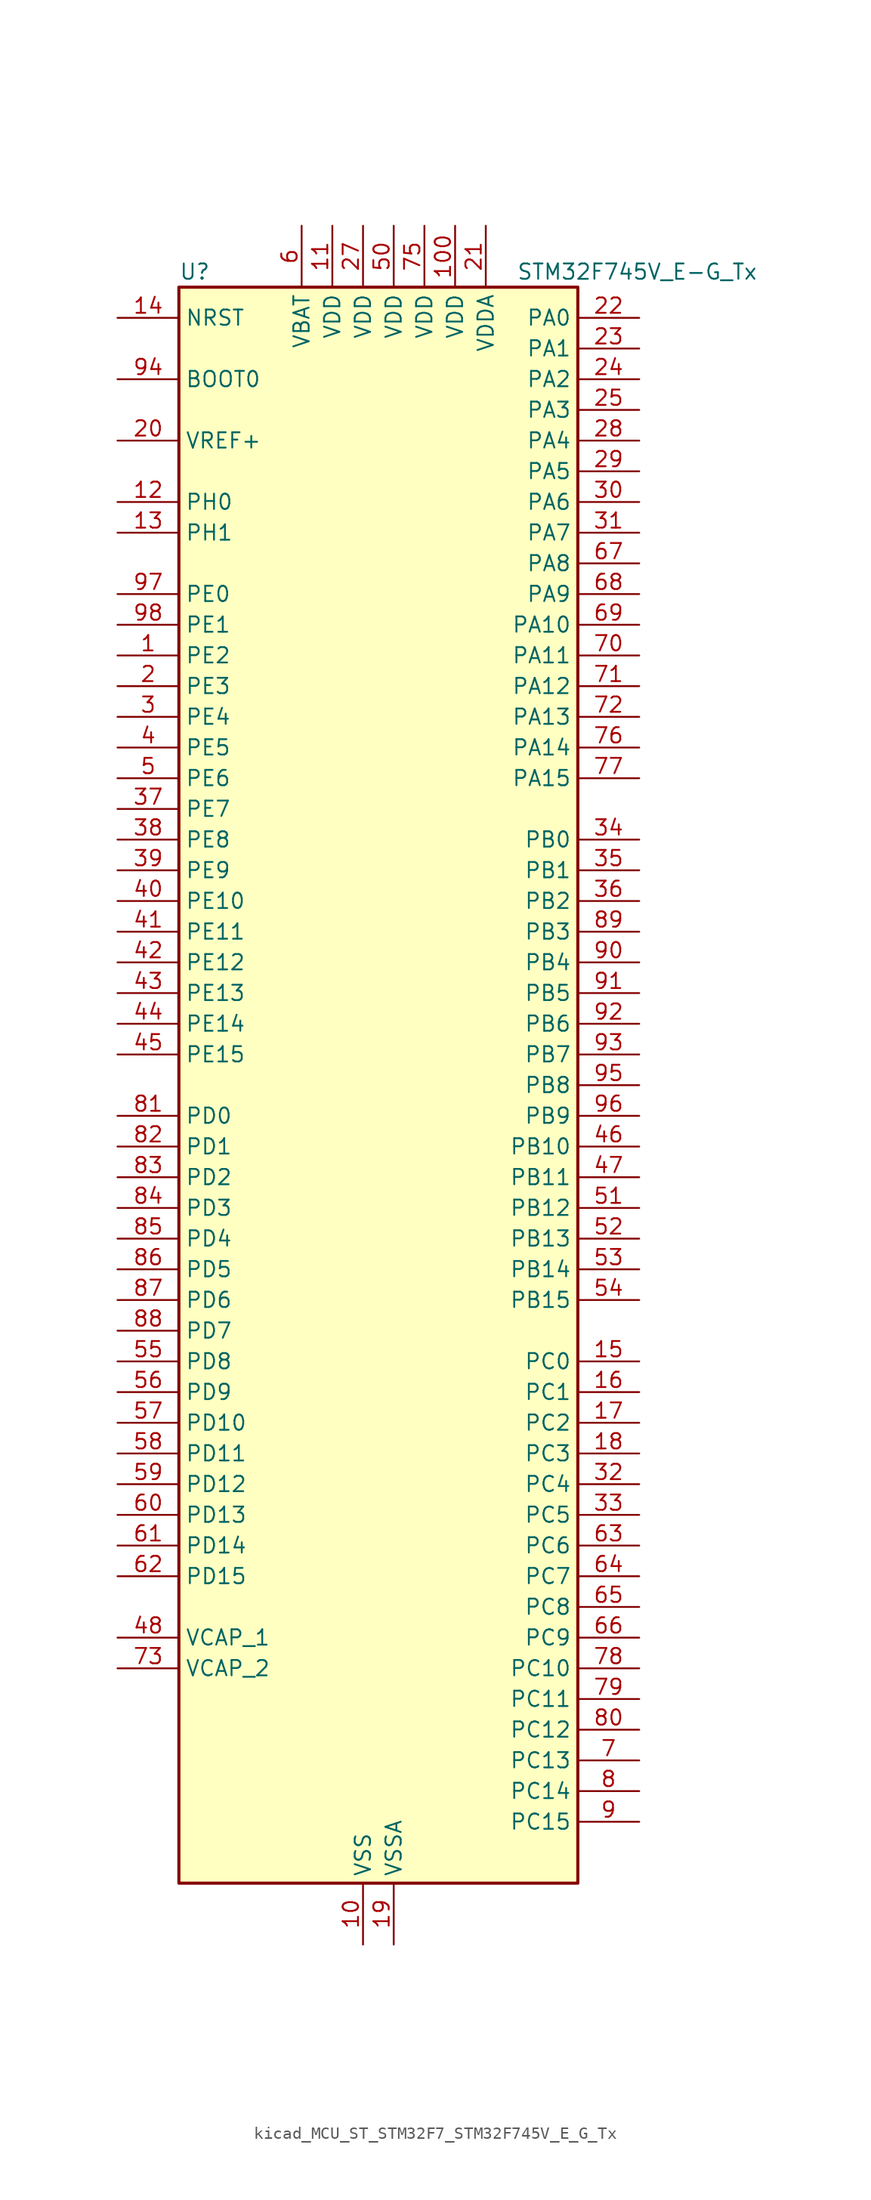
<source format=kicad_sym>
(kicad_symbol_lib
  (version 20220914)
  (generator kicad_symbol_editor)
  (symbol "kicad_MCU_ST_STM32F7_STM32F745V_E_G_Tx"
    (property "Reference" "U"
      (at -15.24 67.31 0)
      (effects (font (size 1.27 1.27)) (justify left)))
    (property "Value" "STM32F745V_E-G_Tx"
      (at 12.7 67.31 0)
      (effects (font (size 1.27 1.27)) (justify left)))
    (property "ki_locked" ""
      (at 0 0 0)
      (effects (font (size 1.27 1.27))))
    (symbol "kicad_MCU_ST_STM32F7_STM32F745V_E_G_Tx_0_1"
      (rectangle (start -15.24 -66.04) (end 17.78 66.04) (stroke (width 0.254) (type default)) (fill (type background))))
    (symbol "kicad_MCU_ST_STM32F7_STM32F745V_E_G_Tx_1_1"
      (pin bidirectional line (at -20.32 35.56 0) (length 5.08) (name "PE2" (effects (font (size 1.27 1.27)))) (number "1" (effects (font (size 1.27 1.27)))) (alternate "ETH_TXD3" bidirectional line) (alternate "FMC_A23" bidirectional line) (alternate "QUADSPI_BK1_IO2" bidirectional line) (alternate "SAI1_MCLK_A" bidirectional line) (alternate "SPI4_SCK" bidirectional line) (alternate "SYS_TRACECLK" bidirectional line))
      (pin power_in line (at 0 -71.12 90) (length 5.08) (name "VSS" (effects (font (size 1.27 1.27)))) (number "10" (effects (font (size 1.27 1.27)))))
      (pin power_in line (at 7.62 71.12 270) (length 5.08) (name "VDD" (effects (font (size 1.27 1.27)))) (number "100" (effects (font (size 1.27 1.27)))))
      (pin power_in line (at -2.54 71.12 270) (length 5.08) (name "VDD" (effects (font (size 1.27 1.27)))) (number "11" (effects (font (size 1.27 1.27)))))
      (pin bidirectional line (at -20.32 48.26 0) (length 5.08) (name "PH0" (effects (font (size 1.27 1.27)))) (number "12" (effects (font (size 1.27 1.27)))) (alternate "RCC_OSC_IN" bidirectional line))
      (pin bidirectional line (at -20.32 45.72 0) (length 5.08) (name "PH1" (effects (font (size 1.27 1.27)))) (number "13" (effects (font (size 1.27 1.27)))) (alternate "RCC_OSC_OUT" bidirectional line))
      (pin input line (at -20.32 63.5 0) (length 5.08) (name "NRST" (effects (font (size 1.27 1.27)))) (number "14" (effects (font (size 1.27 1.27)))))
      (pin bidirectional line (at 22.86 -22.86 180) (length 5.08) (name "PC0" (effects (font (size 1.27 1.27)))) (number "15" (effects (font (size 1.27 1.27)))) (alternate "ADC1_IN10" bidirectional line) (alternate "ADC2_IN10" bidirectional line) (alternate "ADC3_IN10" bidirectional line) (alternate "FMC_SDNWE" bidirectional line) (alternate "SAI2_FS_B" bidirectional line) (alternate "USB_OTG_HS_ULPI_STP" bidirectional line))
      (pin bidirectional line (at 22.86 -25.4 180) (length 5.08) (name "PC1" (effects (font (size 1.27 1.27)))) (number "16" (effects (font (size 1.27 1.27)))) (alternate "ADC1_IN11" bidirectional line) (alternate "ADC2_IN11" bidirectional line) (alternate "ADC3_IN11" bidirectional line) (alternate "ETH_MDC" bidirectional line) (alternate "I2S2_SD" bidirectional line) (alternate "RTC_TAMP3" bidirectional line) (alternate "RTC_TS" bidirectional line) (alternate "SAI1_SD_A" bidirectional line) (alternate "SPI2_MOSI" bidirectional line) (alternate "SYS_TRACED0" bidirectional line) (alternate "SYS_WKUP3" bidirectional line))
      (pin bidirectional line (at 22.86 -27.94 180) (length 5.08) (name "PC2" (effects (font (size 1.27 1.27)))) (number "17" (effects (font (size 1.27 1.27)))) (alternate "ADC1_IN12" bidirectional line) (alternate "ADC2_IN12" bidirectional line) (alternate "ADC3_IN12" bidirectional line) (alternate "ETH_TXD2" bidirectional line) (alternate "FMC_SDNE0" bidirectional line) (alternate "SPI2_MISO" bidirectional line) (alternate "USB_OTG_HS_ULPI_DIR" bidirectional line))
      (pin bidirectional line (at 22.86 -30.48 180) (length 5.08) (name "PC3" (effects (font (size 1.27 1.27)))) (number "18" (effects (font (size 1.27 1.27)))) (alternate "ADC1_IN13" bidirectional line) (alternate "ADC2_IN13" bidirectional line) (alternate "ADC3_IN13" bidirectional line) (alternate "ETH_TX_CLK" bidirectional line) (alternate "FMC_SDCKE0" bidirectional line) (alternate "I2S2_SD" bidirectional line) (alternate "SPI2_MOSI" bidirectional line) (alternate "USB_OTG_HS_ULPI_NXT" bidirectional line))
      (pin power_in line (at 2.54 -71.12 90) (length 5.08) (name "VSSA" (effects (font (size 1.27 1.27)))) (number "19" (effects (font (size 1.27 1.27)))))
      (pin bidirectional line (at -20.32 33.02 0) (length 5.08) (name "PE3" (effects (font (size 1.27 1.27)))) (number "2" (effects (font (size 1.27 1.27)))) (alternate "FMC_A19" bidirectional line) (alternate "SAI1_SD_B" bidirectional line) (alternate "SYS_TRACED0" bidirectional line))
      (pin input line (at -20.32 53.34 0) (length 5.08) (name "VREF+" (effects (font (size 1.27 1.27)))) (number "20" (effects (font (size 1.27 1.27)))))
      (pin power_in line (at 10.16 71.12 270) (length 5.08) (name "VDDA" (effects (font (size 1.27 1.27)))) (number "21" (effects (font (size 1.27 1.27)))))
      (pin bidirectional line (at 22.86 63.5 180) (length 5.08) (name "PA0" (effects (font (size 1.27 1.27)))) (number "22" (effects (font (size 1.27 1.27)))) (alternate "ADC1_IN0" bidirectional line) (alternate "ADC2_IN0" bidirectional line) (alternate "ADC3_IN0" bidirectional line) (alternate "ETH_CRS" bidirectional line) (alternate "SAI2_SD_B" bidirectional line) (alternate "SYS_WKUP1" bidirectional line) (alternate "TIM2_CH1" bidirectional line) (alternate "TIM2_ETR" bidirectional line) (alternate "TIM5_CH1" bidirectional line) (alternate "TIM8_ETR" bidirectional line) (alternate "UART4_TX" bidirectional line) (alternate "USART2_CTS" bidirectional line))
      (pin bidirectional line (at 22.86 60.96 180) (length 5.08) (name "PA1" (effects (font (size 1.27 1.27)))) (number "23" (effects (font (size 1.27 1.27)))) (alternate "ADC1_IN1" bidirectional line) (alternate "ADC2_IN1" bidirectional line) (alternate "ADC3_IN1" bidirectional line) (alternate "ETH_REF_CLK" bidirectional line) (alternate "ETH_RX_CLK" bidirectional line) (alternate "QUADSPI_BK1_IO3" bidirectional line) (alternate "SAI2_MCLK_B" bidirectional line) (alternate "TIM2_CH2" bidirectional line) (alternate "TIM5_CH2" bidirectional line) (alternate "UART4_RX" bidirectional line) (alternate "USART2_DE" bidirectional line) (alternate "USART2_RTS" bidirectional line))
      (pin bidirectional line (at 22.86 58.42 180) (length 5.08) (name "PA2" (effects (font (size 1.27 1.27)))) (number "24" (effects (font (size 1.27 1.27)))) (alternate "ADC1_IN2" bidirectional line) (alternate "ADC2_IN2" bidirectional line) (alternate "ADC3_IN2" bidirectional line) (alternate "ETH_MDIO" bidirectional line) (alternate "SAI2_SCK_B" bidirectional line) (alternate "SYS_WKUP2" bidirectional line) (alternate "TIM2_CH3" bidirectional line) (alternate "TIM5_CH3" bidirectional line) (alternate "TIM9_CH1" bidirectional line) (alternate "USART2_TX" bidirectional line))
      (pin bidirectional line (at 22.86 55.88 180) (length 5.08) (name "PA3" (effects (font (size 1.27 1.27)))) (number "25" (effects (font (size 1.27 1.27)))) (alternate "ADC1_IN3" bidirectional line) (alternate "ADC2_IN3" bidirectional line) (alternate "ADC3_IN3" bidirectional line) (alternate "ETH_COL" bidirectional line) (alternate "TIM2_CH4" bidirectional line) (alternate "TIM5_CH4" bidirectional line) (alternate "TIM9_CH2" bidirectional line) (alternate "USART2_RX" bidirectional line) (alternate "USB_OTG_HS_ULPI_D0" bidirectional line))
      (pin passive line (at 0 -71.12 90) (length 5.08) hide (name "VSS" (effects (font (size 1.27 1.27)))) (number "26" (effects (font (size 1.27 1.27)))))
      (pin power_in line (at 0 71.12 270) (length 5.08) (name "VDD" (effects (font (size 1.27 1.27)))) (number "27" (effects (font (size 1.27 1.27)))))
      (pin bidirectional line (at 22.86 53.34 180) (length 5.08) (name "PA4" (effects (font (size 1.27 1.27)))) (number "28" (effects (font (size 1.27 1.27)))) (alternate "ADC1_IN4" bidirectional line) (alternate "ADC2_IN4" bidirectional line) (alternate "DAC_OUT1" bidirectional line) (alternate "DCMI_HSYNC" bidirectional line) (alternate "I2S1_WS" bidirectional line) (alternate "I2S3_WS" bidirectional line) (alternate "SPI1_NSS" bidirectional line) (alternate "SPI3_NSS" bidirectional line) (alternate "USART2_CK" bidirectional line) (alternate "USB_OTG_HS_SOF" bidirectional line))
      (pin bidirectional line (at 22.86 50.8 180) (length 5.08) (name "PA5" (effects (font (size 1.27 1.27)))) (number "29" (effects (font (size 1.27 1.27)))) (alternate "ADC1_IN5" bidirectional line) (alternate "ADC2_IN5" bidirectional line) (alternate "DAC_OUT2" bidirectional line) (alternate "I2S1_CK" bidirectional line) (alternate "SPI1_SCK" bidirectional line) (alternate "TIM2_CH1" bidirectional line) (alternate "TIM2_ETR" bidirectional line) (alternate "TIM8_CH1N" bidirectional line) (alternate "USB_OTG_HS_ULPI_CK" bidirectional line))
      (pin bidirectional line (at -20.32 30.48 0) (length 5.08) (name "PE4" (effects (font (size 1.27 1.27)))) (number "3" (effects (font (size 1.27 1.27)))) (alternate "DCMI_D4" bidirectional line) (alternate "FMC_A20" bidirectional line) (alternate "SAI1_FS_A" bidirectional line) (alternate "SPI4_NSS" bidirectional line) (alternate "SYS_TRACED1" bidirectional line))
      (pin bidirectional line (at 22.86 48.26 180) (length 5.08) (name "PA6" (effects (font (size 1.27 1.27)))) (number "30" (effects (font (size 1.27 1.27)))) (alternate "ADC1_IN6" bidirectional line) (alternate "ADC2_IN6" bidirectional line) (alternate "DCMI_PIXCLK" bidirectional line) (alternate "SPI1_MISO" bidirectional line) (alternate "TIM13_CH1" bidirectional line) (alternate "TIM1_BKIN" bidirectional line) (alternate "TIM3_CH1" bidirectional line) (alternate "TIM8_BKIN" bidirectional line))
      (pin bidirectional line (at 22.86 45.72 180) (length 5.08) (name "PA7" (effects (font (size 1.27 1.27)))) (number "31" (effects (font (size 1.27 1.27)))) (alternate "ADC1_IN7" bidirectional line) (alternate "ADC2_IN7" bidirectional line) (alternate "ETH_CRS_DV" bidirectional line) (alternate "ETH_RX_DV" bidirectional line) (alternate "FMC_SDNWE" bidirectional line) (alternate "I2S1_SD" bidirectional line) (alternate "SPI1_MOSI" bidirectional line) (alternate "TIM14_CH1" bidirectional line) (alternate "TIM1_CH1N" bidirectional line) (alternate "TIM3_CH2" bidirectional line) (alternate "TIM8_CH1N" bidirectional line))
      (pin bidirectional line (at 22.86 -33.02 180) (length 5.08) (name "PC4" (effects (font (size 1.27 1.27)))) (number "32" (effects (font (size 1.27 1.27)))) (alternate "ADC1_IN14" bidirectional line) (alternate "ADC2_IN14" bidirectional line) (alternate "ETH_RXD0" bidirectional line) (alternate "FMC_SDNE0" bidirectional line) (alternate "I2S1_MCK" bidirectional line) (alternate "SPDIFRX_IN2" bidirectional line))
      (pin bidirectional line (at 22.86 -35.56 180) (length 5.08) (name "PC5" (effects (font (size 1.27 1.27)))) (number "33" (effects (font (size 1.27 1.27)))) (alternate "ADC1_IN15" bidirectional line) (alternate "ADC2_IN15" bidirectional line) (alternate "ETH_RXD1" bidirectional line) (alternate "FMC_SDCKE0" bidirectional line) (alternate "SPDIFRX_IN3" bidirectional line))
      (pin bidirectional line (at 22.86 20.32 180) (length 5.08) (name "PB0" (effects (font (size 1.27 1.27)))) (number "34" (effects (font (size 1.27 1.27)))) (alternate "ADC1_IN8" bidirectional line) (alternate "ADC2_IN8" bidirectional line) (alternate "ETH_RXD2" bidirectional line) (alternate "TIM1_CH2N" bidirectional line) (alternate "TIM3_CH3" bidirectional line) (alternate "TIM8_CH2N" bidirectional line) (alternate "UART4_CTS" bidirectional line) (alternate "USB_OTG_HS_ULPI_D1" bidirectional line))
      (pin bidirectional line (at 22.86 17.78 180) (length 5.08) (name "PB1" (effects (font (size 1.27 1.27)))) (number "35" (effects (font (size 1.27 1.27)))) (alternate "ADC1_IN9" bidirectional line) (alternate "ADC2_IN9" bidirectional line) (alternate "ETH_RXD3" bidirectional line) (alternate "TIM1_CH3N" bidirectional line) (alternate "TIM3_CH4" bidirectional line) (alternate "TIM8_CH3N" bidirectional line) (alternate "USB_OTG_HS_ULPI_D2" bidirectional line))
      (pin bidirectional line (at 22.86 15.24 180) (length 5.08) (name "PB2" (effects (font (size 1.27 1.27)))) (number "36" (effects (font (size 1.27 1.27)))) (alternate "I2S3_SD" bidirectional line) (alternate "QUADSPI_CLK" bidirectional line) (alternate "SAI1_SD_A" bidirectional line) (alternate "SPI3_MOSI" bidirectional line))
      (pin bidirectional line (at -20.32 22.86 0) (length 5.08) (name "PE7" (effects (font (size 1.27 1.27)))) (number "37" (effects (font (size 1.27 1.27)))) (alternate "FMC_D4" bidirectional line) (alternate "FMC_DA4" bidirectional line) (alternate "QUADSPI_BK2_IO0" bidirectional line) (alternate "TIM1_ETR" bidirectional line) (alternate "UART7_RX" bidirectional line))
      (pin bidirectional line (at -20.32 20.32 0) (length 5.08) (name "PE8" (effects (font (size 1.27 1.27)))) (number "38" (effects (font (size 1.27 1.27)))) (alternate "FMC_D5" bidirectional line) (alternate "FMC_DA5" bidirectional line) (alternate "QUADSPI_BK2_IO1" bidirectional line) (alternate "TIM1_CH1N" bidirectional line) (alternate "UART7_TX" bidirectional line))
      (pin bidirectional line (at -20.32 17.78 0) (length 5.08) (name "PE9" (effects (font (size 1.27 1.27)))) (number "39" (effects (font (size 1.27 1.27)))) (alternate "DAC_EXTI9" bidirectional line) (alternate "FMC_D6" bidirectional line) (alternate "FMC_DA6" bidirectional line) (alternate "QUADSPI_BK2_IO2" bidirectional line) (alternate "TIM1_CH1" bidirectional line) (alternate "UART7_DE" bidirectional line) (alternate "UART7_RTS" bidirectional line))
      (pin bidirectional line (at -20.32 27.94 0) (length 5.08) (name "PE5" (effects (font (size 1.27 1.27)))) (number "4" (effects (font (size 1.27 1.27)))) (alternate "DCMI_D6" bidirectional line) (alternate "FMC_A21" bidirectional line) (alternate "SAI1_SCK_A" bidirectional line) (alternate "SPI4_MISO" bidirectional line) (alternate "SYS_TRACED2" bidirectional line) (alternate "TIM9_CH1" bidirectional line))
      (pin bidirectional line (at -20.32 15.24 0) (length 5.08) (name "PE10" (effects (font (size 1.27 1.27)))) (number "40" (effects (font (size 1.27 1.27)))) (alternate "FMC_D7" bidirectional line) (alternate "FMC_DA7" bidirectional line) (alternate "QUADSPI_BK2_IO3" bidirectional line) (alternate "TIM1_CH2N" bidirectional line) (alternate "UART7_CTS" bidirectional line))
      (pin bidirectional line (at -20.32 12.7 0) (length 5.08) (name "PE11" (effects (font (size 1.27 1.27)))) (number "41" (effects (font (size 1.27 1.27)))) (alternate "ADC1_EXTI11" bidirectional line) (alternate "ADC2_EXTI11" bidirectional line) (alternate "ADC3_EXTI11" bidirectional line) (alternate "FMC_D8" bidirectional line) (alternate "FMC_DA8" bidirectional line) (alternate "SAI2_SD_B" bidirectional line) (alternate "SPI4_NSS" bidirectional line) (alternate "TIM1_CH2" bidirectional line))
      (pin bidirectional line (at -20.32 10.16 0) (length 5.08) (name "PE12" (effects (font (size 1.27 1.27)))) (number "42" (effects (font (size 1.27 1.27)))) (alternate "FMC_D9" bidirectional line) (alternate "FMC_DA9" bidirectional line) (alternate "SAI2_SCK_B" bidirectional line) (alternate "SPI4_SCK" bidirectional line) (alternate "TIM1_CH3N" bidirectional line))
      (pin bidirectional line (at -20.32 7.62 0) (length 5.08) (name "PE13" (effects (font (size 1.27 1.27)))) (number "43" (effects (font (size 1.27 1.27)))) (alternate "FMC_D10" bidirectional line) (alternate "FMC_DA10" bidirectional line) (alternate "SAI2_FS_B" bidirectional line) (alternate "SPI4_MISO" bidirectional line) (alternate "TIM1_CH3" bidirectional line))
      (pin bidirectional line (at -20.32 5.08 0) (length 5.08) (name "PE14" (effects (font (size 1.27 1.27)))) (number "44" (effects (font (size 1.27 1.27)))) (alternate "FMC_D11" bidirectional line) (alternate "FMC_DA11" bidirectional line) (alternate "SAI2_MCLK_B" bidirectional line) (alternate "SPI4_MOSI" bidirectional line) (alternate "TIM1_CH4" bidirectional line))
      (pin bidirectional line (at -20.32 2.54 0) (length 5.08) (name "PE15" (effects (font (size 1.27 1.27)))) (number "45" (effects (font (size 1.27 1.27)))) (alternate "FMC_D12" bidirectional line) (alternate "FMC_DA12" bidirectional line) (alternate "TIM1_BKIN" bidirectional line))
      (pin bidirectional line (at 22.86 -5.08 180) (length 5.08) (name "PB10" (effects (font (size 1.27 1.27)))) (number "46" (effects (font (size 1.27 1.27)))) (alternate "ETH_RX_ER" bidirectional line) (alternate "I2C2_SCL" bidirectional line) (alternate "I2S2_CK" bidirectional line) (alternate "SPI2_SCK" bidirectional line) (alternate "TIM2_CH3" bidirectional line) (alternate "USART3_TX" bidirectional line) (alternate "USB_OTG_HS_ULPI_D3" bidirectional line))
      (pin bidirectional line (at 22.86 -7.62 180) (length 5.08) (name "PB11" (effects (font (size 1.27 1.27)))) (number "47" (effects (font (size 1.27 1.27)))) (alternate "ADC1_EXTI11" bidirectional line) (alternate "ADC2_EXTI11" bidirectional line) (alternate "ADC3_EXTI11" bidirectional line) (alternate "ETH_TX_EN" bidirectional line) (alternate "I2C2_SDA" bidirectional line) (alternate "TIM2_CH4" bidirectional line) (alternate "USART3_RX" bidirectional line) (alternate "USB_OTG_HS_ULPI_D4" bidirectional line))
      (pin power_out line (at -20.32 -45.72 0) (length 5.08) (name "VCAP_1" (effects (font (size 1.27 1.27)))) (number "48" (effects (font (size 1.27 1.27)))))
      (pin passive line (at 0 -71.12 90) (length 5.08) hide (name "VSS" (effects (font (size 1.27 1.27)))) (number "49" (effects (font (size 1.27 1.27)))))
      (pin bidirectional line (at -20.32 25.4 0) (length 5.08) (name "PE6" (effects (font (size 1.27 1.27)))) (number "5" (effects (font (size 1.27 1.27)))) (alternate "DCMI_D7" bidirectional line) (alternate "FMC_A22" bidirectional line) (alternate "SAI1_SD_A" bidirectional line) (alternate "SAI2_MCLK_B" bidirectional line) (alternate "SPI4_MOSI" bidirectional line) (alternate "SYS_TRACED3" bidirectional line) (alternate "TIM1_BKIN2" bidirectional line) (alternate "TIM9_CH2" bidirectional line))
      (pin power_in line (at 2.54 71.12 270) (length 5.08) (name "VDD" (effects (font (size 1.27 1.27)))) (number "50" (effects (font (size 1.27 1.27)))))
      (pin bidirectional line (at 22.86 -10.16 180) (length 5.08) (name "PB12" (effects (font (size 1.27 1.27)))) (number "51" (effects (font (size 1.27 1.27)))) (alternate "CAN2_RX" bidirectional line) (alternate "ETH_TXD0" bidirectional line) (alternate "I2C2_SMBA" bidirectional line) (alternate "I2S2_WS" bidirectional line) (alternate "SPI2_NSS" bidirectional line) (alternate "TIM1_BKIN" bidirectional line) (alternate "USART3_CK" bidirectional line) (alternate "USB_OTG_HS_ID" bidirectional line) (alternate "USB_OTG_HS_ULPI_D5" bidirectional line))
      (pin bidirectional line (at 22.86 -12.7 180) (length 5.08) (name "PB13" (effects (font (size 1.27 1.27)))) (number "52" (effects (font (size 1.27 1.27)))) (alternate "CAN2_TX" bidirectional line) (alternate "ETH_TXD1" bidirectional line) (alternate "I2S2_CK" bidirectional line) (alternate "SPI2_SCK" bidirectional line) (alternate "TIM1_CH1N" bidirectional line) (alternate "USART3_CTS" bidirectional line) (alternate "USB_OTG_HS_ULPI_D6" bidirectional line) (alternate "USB_OTG_HS_VBUS" bidirectional line))
      (pin bidirectional line (at 22.86 -15.24 180) (length 5.08) (name "PB14" (effects (font (size 1.27 1.27)))) (number "53" (effects (font (size 1.27 1.27)))) (alternate "SPI2_MISO" bidirectional line) (alternate "TIM12_CH1" bidirectional line) (alternate "TIM1_CH2N" bidirectional line) (alternate "TIM8_CH2N" bidirectional line) (alternate "USART3_DE" bidirectional line) (alternate "USART3_RTS" bidirectional line) (alternate "USB_OTG_HS_DM" bidirectional line))
      (pin bidirectional line (at 22.86 -17.78 180) (length 5.08) (name "PB15" (effects (font (size 1.27 1.27)))) (number "54" (effects (font (size 1.27 1.27)))) (alternate "I2S2_SD" bidirectional line) (alternate "RTC_REFIN" bidirectional line) (alternate "SPI2_MOSI" bidirectional line) (alternate "TIM12_CH2" bidirectional line) (alternate "TIM1_CH3N" bidirectional line) (alternate "TIM8_CH3N" bidirectional line) (alternate "USB_OTG_HS_DP" bidirectional line))
      (pin bidirectional line (at -20.32 -22.86 0) (length 5.08) (name "PD8" (effects (font (size 1.27 1.27)))) (number "55" (effects (font (size 1.27 1.27)))) (alternate "FMC_D13" bidirectional line) (alternate "FMC_DA13" bidirectional line) (alternate "SPDIFRX_IN1" bidirectional line) (alternate "USART3_TX" bidirectional line))
      (pin bidirectional line (at -20.32 -25.4 0) (length 5.08) (name "PD9" (effects (font (size 1.27 1.27)))) (number "56" (effects (font (size 1.27 1.27)))) (alternate "DAC_EXTI9" bidirectional line) (alternate "FMC_D14" bidirectional line) (alternate "FMC_DA14" bidirectional line) (alternate "USART3_RX" bidirectional line))
      (pin bidirectional line (at -20.32 -27.94 0) (length 5.08) (name "PD10" (effects (font (size 1.27 1.27)))) (number "57" (effects (font (size 1.27 1.27)))) (alternate "FMC_D15" bidirectional line) (alternate "FMC_DA15" bidirectional line) (alternate "USART3_CK" bidirectional line))
      (pin bidirectional line (at -20.32 -30.48 0) (length 5.08) (name "PD11" (effects (font (size 1.27 1.27)))) (number "58" (effects (font (size 1.27 1.27)))) (alternate "ADC1_EXTI11" bidirectional line) (alternate "ADC2_EXTI11" bidirectional line) (alternate "ADC3_EXTI11" bidirectional line) (alternate "FMC_A16" bidirectional line) (alternate "FMC_CLE" bidirectional line) (alternate "I2C4_SMBA" bidirectional line) (alternate "QUADSPI_BK1_IO0" bidirectional line) (alternate "SAI2_SD_A" bidirectional line) (alternate "USART3_CTS" bidirectional line))
      (pin bidirectional line (at -20.32 -33.02 0) (length 5.08) (name "PD12" (effects (font (size 1.27 1.27)))) (number "59" (effects (font (size 1.27 1.27)))) (alternate "FMC_A17" bidirectional line) (alternate "FMC_ALE" bidirectional line) (alternate "I2C4_SCL" bidirectional line) (alternate "LPTIM1_IN1" bidirectional line) (alternate "QUADSPI_BK1_IO1" bidirectional line) (alternate "SAI2_FS_A" bidirectional line) (alternate "TIM4_CH1" bidirectional line) (alternate "USART3_DE" bidirectional line) (alternate "USART3_RTS" bidirectional line))
      (pin power_in line (at -5.08 71.12 270) (length 5.08) (name "VBAT" (effects (font (size 1.27 1.27)))) (number "6" (effects (font (size 1.27 1.27)))))
      (pin bidirectional line (at -20.32 -35.56 0) (length 5.08) (name "PD13" (effects (font (size 1.27 1.27)))) (number "60" (effects (font (size 1.27 1.27)))) (alternate "FMC_A18" bidirectional line) (alternate "I2C4_SDA" bidirectional line) (alternate "LPTIM1_OUT" bidirectional line) (alternate "QUADSPI_BK1_IO3" bidirectional line) (alternate "SAI2_SCK_A" bidirectional line) (alternate "TIM4_CH2" bidirectional line))
      (pin bidirectional line (at -20.32 -38.1 0) (length 5.08) (name "PD14" (effects (font (size 1.27 1.27)))) (number "61" (effects (font (size 1.27 1.27)))) (alternate "FMC_D0" bidirectional line) (alternate "FMC_DA0" bidirectional line) (alternate "TIM4_CH3" bidirectional line) (alternate "UART8_CTS" bidirectional line))
      (pin bidirectional line (at -20.32 -40.64 0) (length 5.08) (name "PD15" (effects (font (size 1.27 1.27)))) (number "62" (effects (font (size 1.27 1.27)))) (alternate "FMC_D1" bidirectional line) (alternate "FMC_DA1" bidirectional line) (alternate "TIM4_CH4" bidirectional line) (alternate "UART8_DE" bidirectional line) (alternate "UART8_RTS" bidirectional line))
      (pin bidirectional line (at 22.86 -38.1 180) (length 5.08) (name "PC6" (effects (font (size 1.27 1.27)))) (number "63" (effects (font (size 1.27 1.27)))) (alternate "DCMI_D0" bidirectional line) (alternate "I2S2_MCK" bidirectional line) (alternate "SDMMC1_D6" bidirectional line) (alternate "TIM3_CH1" bidirectional line) (alternate "TIM8_CH1" bidirectional line) (alternate "USART6_TX" bidirectional line))
      (pin bidirectional line (at 22.86 -40.64 180) (length 5.08) (name "PC7" (effects (font (size 1.27 1.27)))) (number "64" (effects (font (size 1.27 1.27)))) (alternate "DCMI_D1" bidirectional line) (alternate "I2S3_MCK" bidirectional line) (alternate "SDMMC1_D7" bidirectional line) (alternate "TIM3_CH2" bidirectional line) (alternate "TIM8_CH2" bidirectional line) (alternate "USART6_RX" bidirectional line))
      (pin bidirectional line (at 22.86 -43.18 180) (length 5.08) (name "PC8" (effects (font (size 1.27 1.27)))) (number "65" (effects (font (size 1.27 1.27)))) (alternate "DCMI_D2" bidirectional line) (alternate "SDMMC1_D0" bidirectional line) (alternate "SYS_TRACED1" bidirectional line) (alternate "TIM3_CH3" bidirectional line) (alternate "TIM8_CH3" bidirectional line) (alternate "UART5_DE" bidirectional line) (alternate "UART5_RTS" bidirectional line) (alternate "USART6_CK" bidirectional line))
      (pin bidirectional line (at 22.86 -45.72 180) (length 5.08) (name "PC9" (effects (font (size 1.27 1.27)))) (number "66" (effects (font (size 1.27 1.27)))) (alternate "DAC_EXTI9" bidirectional line) (alternate "DCMI_D3" bidirectional line) (alternate "I2C3_SDA" bidirectional line) (alternate "I2S_CKIN" bidirectional line) (alternate "QUADSPI_BK1_IO0" bidirectional line) (alternate "RCC_MCO_2" bidirectional line) (alternate "SDMMC1_D1" bidirectional line) (alternate "TIM3_CH4" bidirectional line) (alternate "TIM8_CH4" bidirectional line) (alternate "UART5_CTS" bidirectional line))
      (pin bidirectional line (at 22.86 43.18 180) (length 5.08) (name "PA8" (effects (font (size 1.27 1.27)))) (number "67" (effects (font (size 1.27 1.27)))) (alternate "I2C3_SCL" bidirectional line) (alternate "RCC_MCO_1" bidirectional line) (alternate "TIM1_CH1" bidirectional line) (alternate "TIM8_BKIN2" bidirectional line) (alternate "USART1_CK" bidirectional line) (alternate "USB_OTG_FS_SOF" bidirectional line))
      (pin bidirectional line (at 22.86 40.64 180) (length 5.08) (name "PA9" (effects (font (size 1.27 1.27)))) (number "68" (effects (font (size 1.27 1.27)))) (alternate "DAC_EXTI9" bidirectional line) (alternate "DCMI_D0" bidirectional line) (alternate "I2C3_SMBA" bidirectional line) (alternate "I2S2_CK" bidirectional line) (alternate "SPI2_SCK" bidirectional line) (alternate "TIM1_CH2" bidirectional line) (alternate "USART1_TX" bidirectional line) (alternate "USB_OTG_FS_VBUS" bidirectional line))
      (pin bidirectional line (at 22.86 38.1 180) (length 5.08) (name "PA10" (effects (font (size 1.27 1.27)))) (number "69" (effects (font (size 1.27 1.27)))) (alternate "DCMI_D1" bidirectional line) (alternate "TIM1_CH3" bidirectional line) (alternate "USART1_RX" bidirectional line) (alternate "USB_OTG_FS_ID" bidirectional line))
      (pin bidirectional line (at 22.86 -55.88 180) (length 5.08) (name "PC13" (effects (font (size 1.27 1.27)))) (number "7" (effects (font (size 1.27 1.27)))) (alternate "RTC_OUT" bidirectional line) (alternate "RTC_TAMP1" bidirectional line) (alternate "RTC_TS" bidirectional line) (alternate "SYS_WKUP4" bidirectional line))
      (pin bidirectional line (at 22.86 35.56 180) (length 5.08) (name "PA11" (effects (font (size 1.27 1.27)))) (number "70" (effects (font (size 1.27 1.27)))) (alternate "ADC1_EXTI11" bidirectional line) (alternate "ADC2_EXTI11" bidirectional line) (alternate "ADC3_EXTI11" bidirectional line) (alternate "CAN1_RX" bidirectional line) (alternate "TIM1_CH4" bidirectional line) (alternate "USART1_CTS" bidirectional line) (alternate "USB_OTG_FS_DM" bidirectional line))
      (pin bidirectional line (at 22.86 33.02 180) (length 5.08) (name "PA12" (effects (font (size 1.27 1.27)))) (number "71" (effects (font (size 1.27 1.27)))) (alternate "CAN1_TX" bidirectional line) (alternate "SAI2_FS_B" bidirectional line) (alternate "TIM1_ETR" bidirectional line) (alternate "USART1_DE" bidirectional line) (alternate "USART1_RTS" bidirectional line) (alternate "USB_OTG_FS_DP" bidirectional line))
      (pin bidirectional line (at 22.86 30.48 180) (length 5.08) (name "PA13" (effects (font (size 1.27 1.27)))) (number "72" (effects (font (size 1.27 1.27)))) (alternate "SYS_JTMS-SWDIO" bidirectional line))
      (pin power_out line (at -20.32 -48.26 0) (length 5.08) (name "VCAP_2" (effects (font (size 1.27 1.27)))) (number "73" (effects (font (size 1.27 1.27)))))
      (pin passive line (at 0 -71.12 90) (length 5.08) hide (name "VSS" (effects (font (size 1.27 1.27)))) (number "74" (effects (font (size 1.27 1.27)))))
      (pin power_in line (at 5.08 71.12 270) (length 5.08) (name "VDD" (effects (font (size 1.27 1.27)))) (number "75" (effects (font (size 1.27 1.27)))))
      (pin bidirectional line (at 22.86 27.94 180) (length 5.08) (name "PA14" (effects (font (size 1.27 1.27)))) (number "76" (effects (font (size 1.27 1.27)))) (alternate "SYS_JTCK-SWCLK" bidirectional line))
      (pin bidirectional line (at 22.86 25.4 180) (length 5.08) (name "PA15" (effects (font (size 1.27 1.27)))) (number "77" (effects (font (size 1.27 1.27)))) (alternate "CEC" bidirectional line) (alternate "I2S1_WS" bidirectional line) (alternate "I2S3_WS" bidirectional line) (alternate "SPI1_NSS" bidirectional line) (alternate "SPI3_NSS" bidirectional line) (alternate "SYS_JTDI" bidirectional line) (alternate "TIM2_CH1" bidirectional line) (alternate "TIM2_ETR" bidirectional line) (alternate "UART4_DE" bidirectional line) (alternate "UART4_RTS" bidirectional line))
      (pin bidirectional line (at 22.86 -48.26 180) (length 5.08) (name "PC10" (effects (font (size 1.27 1.27)))) (number "78" (effects (font (size 1.27 1.27)))) (alternate "DCMI_D8" bidirectional line) (alternate "I2S3_CK" bidirectional line) (alternate "QUADSPI_BK1_IO1" bidirectional line) (alternate "SDMMC1_D2" bidirectional line) (alternate "SPI3_SCK" bidirectional line) (alternate "UART4_TX" bidirectional line) (alternate "USART3_TX" bidirectional line))
      (pin bidirectional line (at 22.86 -50.8 180) (length 5.08) (name "PC11" (effects (font (size 1.27 1.27)))) (number "79" (effects (font (size 1.27 1.27)))) (alternate "ADC1_EXTI11" bidirectional line) (alternate "ADC2_EXTI11" bidirectional line) (alternate "ADC3_EXTI11" bidirectional line) (alternate "DCMI_D4" bidirectional line) (alternate "QUADSPI_BK2_NCS" bidirectional line) (alternate "SDMMC1_D3" bidirectional line) (alternate "SPI3_MISO" bidirectional line) (alternate "UART4_RX" bidirectional line) (alternate "USART3_RX" bidirectional line))
      (pin bidirectional line (at 22.86 -58.42 180) (length 5.08) (name "PC14" (effects (font (size 1.27 1.27)))) (number "8" (effects (font (size 1.27 1.27)))) (alternate "RCC_OSC32_IN" bidirectional line))
      (pin bidirectional line (at 22.86 -53.34 180) (length 5.08) (name "PC12" (effects (font (size 1.27 1.27)))) (number "80" (effects (font (size 1.27 1.27)))) (alternate "DCMI_D9" bidirectional line) (alternate "I2S3_SD" bidirectional line) (alternate "SDMMC1_CK" bidirectional line) (alternate "SPI3_MOSI" bidirectional line) (alternate "SYS_TRACED3" bidirectional line) (alternate "UART5_TX" bidirectional line) (alternate "USART3_CK" bidirectional line))
      (pin bidirectional line (at -20.32 -2.54 0) (length 5.08) (name "PD0" (effects (font (size 1.27 1.27)))) (number "81" (effects (font (size 1.27 1.27)))) (alternate "CAN1_RX" bidirectional line) (alternate "FMC_D2" bidirectional line) (alternate "FMC_DA2" bidirectional line))
      (pin bidirectional line (at -20.32 -5.08 0) (length 5.08) (name "PD1" (effects (font (size 1.27 1.27)))) (number "82" (effects (font (size 1.27 1.27)))) (alternate "CAN1_TX" bidirectional line) (alternate "FMC_D3" bidirectional line) (alternate "FMC_DA3" bidirectional line))
      (pin bidirectional line (at -20.32 -7.62 0) (length 5.08) (name "PD2" (effects (font (size 1.27 1.27)))) (number "83" (effects (font (size 1.27 1.27)))) (alternate "DCMI_D11" bidirectional line) (alternate "SDMMC1_CMD" bidirectional line) (alternate "SYS_TRACED2" bidirectional line) (alternate "TIM3_ETR" bidirectional line) (alternate "UART5_RX" bidirectional line))
      (pin bidirectional line (at -20.32 -10.16 0) (length 5.08) (name "PD3" (effects (font (size 1.27 1.27)))) (number "84" (effects (font (size 1.27 1.27)))) (alternate "DCMI_D5" bidirectional line) (alternate "FMC_CLK" bidirectional line) (alternate "I2S2_CK" bidirectional line) (alternate "SPI2_SCK" bidirectional line) (alternate "USART2_CTS" bidirectional line))
      (pin bidirectional line (at -20.32 -12.7 0) (length 5.08) (name "PD4" (effects (font (size 1.27 1.27)))) (number "85" (effects (font (size 1.27 1.27)))) (alternate "FMC_NOE" bidirectional line) (alternate "USART2_DE" bidirectional line) (alternate "USART2_RTS" bidirectional line))
      (pin bidirectional line (at -20.32 -15.24 0) (length 5.08) (name "PD5" (effects (font (size 1.27 1.27)))) (number "86" (effects (font (size 1.27 1.27)))) (alternate "FMC_NWE" bidirectional line) (alternate "USART2_TX" bidirectional line))
      (pin bidirectional line (at -20.32 -17.78 0) (length 5.08) (name "PD6" (effects (font (size 1.27 1.27)))) (number "87" (effects (font (size 1.27 1.27)))) (alternate "DCMI_D10" bidirectional line) (alternate "FMC_NWAIT" bidirectional line) (alternate "I2S3_SD" bidirectional line) (alternate "SAI1_SD_A" bidirectional line) (alternate "SPI3_MOSI" bidirectional line) (alternate "USART2_RX" bidirectional line))
      (pin bidirectional line (at -20.32 -20.32 0) (length 5.08) (name "PD7" (effects (font (size 1.27 1.27)))) (number "88" (effects (font (size 1.27 1.27)))) (alternate "FMC_NE1" bidirectional line) (alternate "SPDIFRX_IN0" bidirectional line) (alternate "USART2_CK" bidirectional line))
      (pin bidirectional line (at 22.86 12.7 180) (length 5.08) (name "PB3" (effects (font (size 1.27 1.27)))) (number "89" (effects (font (size 1.27 1.27)))) (alternate "I2S1_CK" bidirectional line) (alternate "I2S3_CK" bidirectional line) (alternate "SPI1_SCK" bidirectional line) (alternate "SPI3_SCK" bidirectional line) (alternate "SYS_JTDO-SWO" bidirectional line) (alternate "TIM2_CH2" bidirectional line))
      (pin bidirectional line (at 22.86 -60.96 180) (length 5.08) (name "PC15" (effects (font (size 1.27 1.27)))) (number "9" (effects (font (size 1.27 1.27)))) (alternate "RCC_OSC32_OUT" bidirectional line))
      (pin bidirectional line (at 22.86 10.16 180) (length 5.08) (name "PB4" (effects (font (size 1.27 1.27)))) (number "90" (effects (font (size 1.27 1.27)))) (alternate "I2S2_WS" bidirectional line) (alternate "SPI1_MISO" bidirectional line) (alternate "SPI2_NSS" bidirectional line) (alternate "SPI3_MISO" bidirectional line) (alternate "SYS_JTRST" bidirectional line) (alternate "TIM3_CH1" bidirectional line))
      (pin bidirectional line (at 22.86 7.62 180) (length 5.08) (name "PB5" (effects (font (size 1.27 1.27)))) (number "91" (effects (font (size 1.27 1.27)))) (alternate "CAN2_RX" bidirectional line) (alternate "DCMI_D10" bidirectional line) (alternate "ETH_PPS_OUT" bidirectional line) (alternate "FMC_SDCKE1" bidirectional line) (alternate "I2C1_SMBA" bidirectional line) (alternate "I2S1_SD" bidirectional line) (alternate "I2S3_SD" bidirectional line) (alternate "SPI1_MOSI" bidirectional line) (alternate "SPI3_MOSI" bidirectional line) (alternate "TIM3_CH2" bidirectional line) (alternate "USB_OTG_HS_ULPI_D7" bidirectional line))
      (pin bidirectional line (at 22.86 5.08 180) (length 5.08) (name "PB6" (effects (font (size 1.27 1.27)))) (number "92" (effects (font (size 1.27 1.27)))) (alternate "CAN2_TX" bidirectional line) (alternate "CEC" bidirectional line) (alternate "DCMI_D5" bidirectional line) (alternate "FMC_SDNE1" bidirectional line) (alternate "I2C1_SCL" bidirectional line) (alternate "QUADSPI_BK1_NCS" bidirectional line) (alternate "TIM4_CH1" bidirectional line) (alternate "USART1_TX" bidirectional line))
      (pin bidirectional line (at 22.86 2.54 180) (length 5.08) (name "PB7" (effects (font (size 1.27 1.27)))) (number "93" (effects (font (size 1.27 1.27)))) (alternate "DCMI_VSYNC" bidirectional line) (alternate "FMC_NL" bidirectional line) (alternate "I2C1_SDA" bidirectional line) (alternate "TIM4_CH2" bidirectional line) (alternate "USART1_RX" bidirectional line))
      (pin input line (at -20.32 58.42 0) (length 5.08) (name "BOOT0" (effects (font (size 1.27 1.27)))) (number "94" (effects (font (size 1.27 1.27)))))
      (pin bidirectional line (at 22.86 0 180) (length 5.08) (name "PB8" (effects (font (size 1.27 1.27)))) (number "95" (effects (font (size 1.27 1.27)))) (alternate "CAN1_RX" bidirectional line) (alternate "DCMI_D6" bidirectional line) (alternate "ETH_TXD3" bidirectional line) (alternate "I2C1_SCL" bidirectional line) (alternate "SDMMC1_D4" bidirectional line) (alternate "TIM10_CH1" bidirectional line) (alternate "TIM4_CH3" bidirectional line))
      (pin bidirectional line (at 22.86 -2.54 180) (length 5.08) (name "PB9" (effects (font (size 1.27 1.27)))) (number "96" (effects (font (size 1.27 1.27)))) (alternate "CAN1_TX" bidirectional line) (alternate "DAC_EXTI9" bidirectional line) (alternate "DCMI_D7" bidirectional line) (alternate "I2C1_SDA" bidirectional line) (alternate "I2S2_WS" bidirectional line) (alternate "SDMMC1_D5" bidirectional line) (alternate "SPI2_NSS" bidirectional line) (alternate "TIM11_CH1" bidirectional line) (alternate "TIM4_CH4" bidirectional line))
      (pin bidirectional line (at -20.32 40.64 0) (length 5.08) (name "PE0" (effects (font (size 1.27 1.27)))) (number "97" (effects (font (size 1.27 1.27)))) (alternate "DCMI_D2" bidirectional line) (alternate "FMC_NBL0" bidirectional line) (alternate "LPTIM1_ETR" bidirectional line) (alternate "SAI2_MCLK_A" bidirectional line) (alternate "TIM4_ETR" bidirectional line) (alternate "UART8_RX" bidirectional line))
      (pin bidirectional line (at -20.32 38.1 0) (length 5.08) (name "PE1" (effects (font (size 1.27 1.27)))) (number "98" (effects (font (size 1.27 1.27)))) (alternate "DCMI_D3" bidirectional line) (alternate "FMC_NBL1" bidirectional line) (alternate "LPTIM1_IN2" bidirectional line) (alternate "UART8_TX" bidirectional line))
      (pin passive line (at 0 -71.12 90) (length 5.08) hide (name "VSS" (effects (font (size 1.27 1.27)))) (number "99" (effects (font (size 1.27 1.27))))))))
</source>
